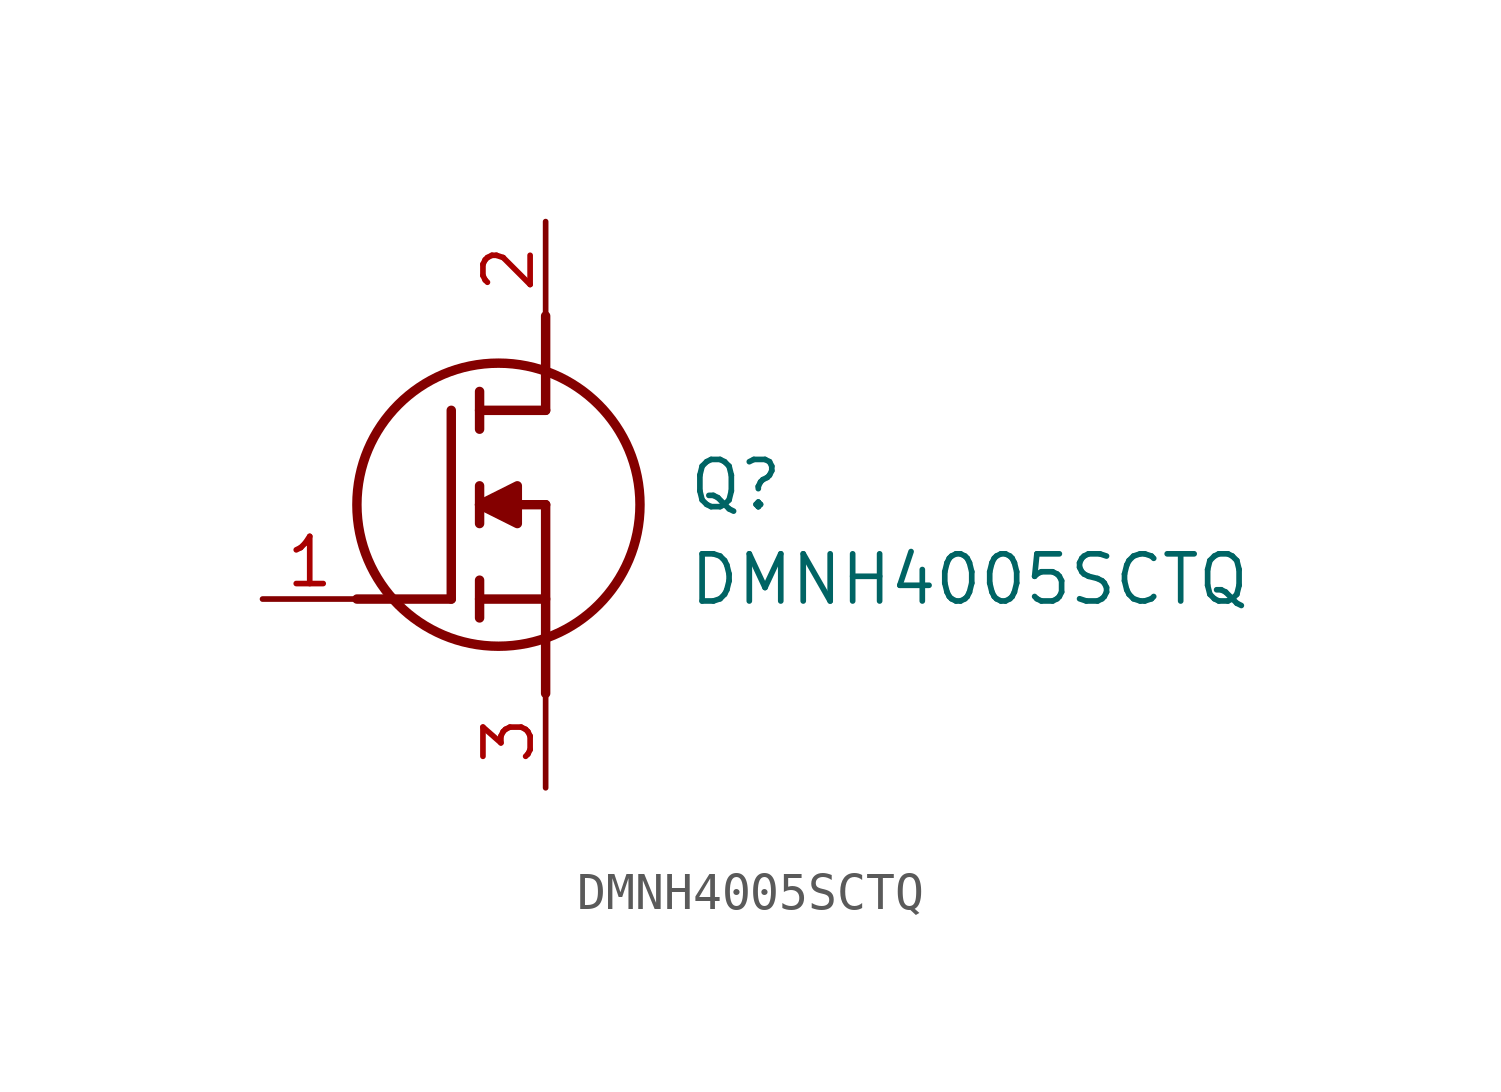
<source format=kicad_sym>
(kicad_symbol_lib
  (version 20211014)
  (generator SamacSys_ECAD_Model)
  (symbol "DMNH4005SCTQ"
    (pin_names hide)
    (property "Reference" "Q"
      (at 11.43 3.81 0)
      (effects (font (size 1.27 1.27)) (justify left top)))
    (property "Value" "DMNH4005SCTQ"
      (at 11.43 1.27 0)
      (effects (font (size 1.27 1.27)) (justify left top)))
    (polyline
      (pts (xy 7.62 2.54) (xy 7.62 -2.54))
      (stroke (width 0.254) (type default))
      (fill (type none)))
    (polyline
      (pts (xy 7.62 5.08) (xy 7.62 7.62))
      (stroke (width 0.254) (type default))
      (fill (type none)))
    (polyline
      (pts (xy 2.54 0) (xy 5.08 0))
      (stroke (width 0.254) (type default))
      (fill (type none)))
    (polyline
      (pts (xy 5.08 5.08) (xy 5.08 0))
      (stroke (width 0.254) (type default))
      (fill (type none)))
    (polyline
      (pts (xy 7.62 2.54) (xy 5.842 2.54))
      (stroke (width 0.254) (type default))
      (fill (type none)))
    (polyline
      (pts (xy 7.62 5.08) (xy 5.842 5.08))
      (stroke (width 0.254) (type default))
      (fill (type none)))
    (polyline
      (pts (xy 5.842 0) (xy 7.62 0))
      (stroke (width 0.254) (type default))
      (fill (type none)))
    (polyline
      (pts (xy 5.842 5.588) (xy 5.842 4.572))
      (stroke (width 0.254) (type default))
      (fill (type none)))
    (polyline
      (pts (xy 5.842 -0.508) (xy 5.842 0.508))
      (stroke (width 0.254) (type default))
      (fill (type none)))
    (polyline
      (pts (xy 5.842 2.032) (xy 5.842 3.048))
      (stroke (width 0.254) (type default))
      (fill (type none)))
    (circle
      (center 6.35 2.54)
      (radius 3.81)
      (stroke (width 0.254) (type default))
      (fill (type none)))
    (polyline
      (pts (xy 5.842 2.54) (xy 6.858 3.048) (xy 6.858 2.032) (xy 5.842 2.54))
      (stroke (width 0.254) (type default))
      (fill (type outline)))
    (pin passive line
      (at 0 0 0)
      (length 2.54)
      (name "G" (effects (font (size 1.27 1.27))))
      (number "1" (effects (font (size 1.27 1.27)))))
    (pin passive line
      (at 7.62 10.16 270)
      (length 2.54)
      (name "D" (effects (font (size 1.27 1.27))))
      (number "2" (effects (font (size 1.27 1.27)))))
    (pin passive line
      (at 7.62 -5.08 90)
      (length 2.54)
      (name "S" (effects (font (size 1.27 1.27))))
      (number "3" (effects (font (size 1.27 1.27)))))))
</source>
